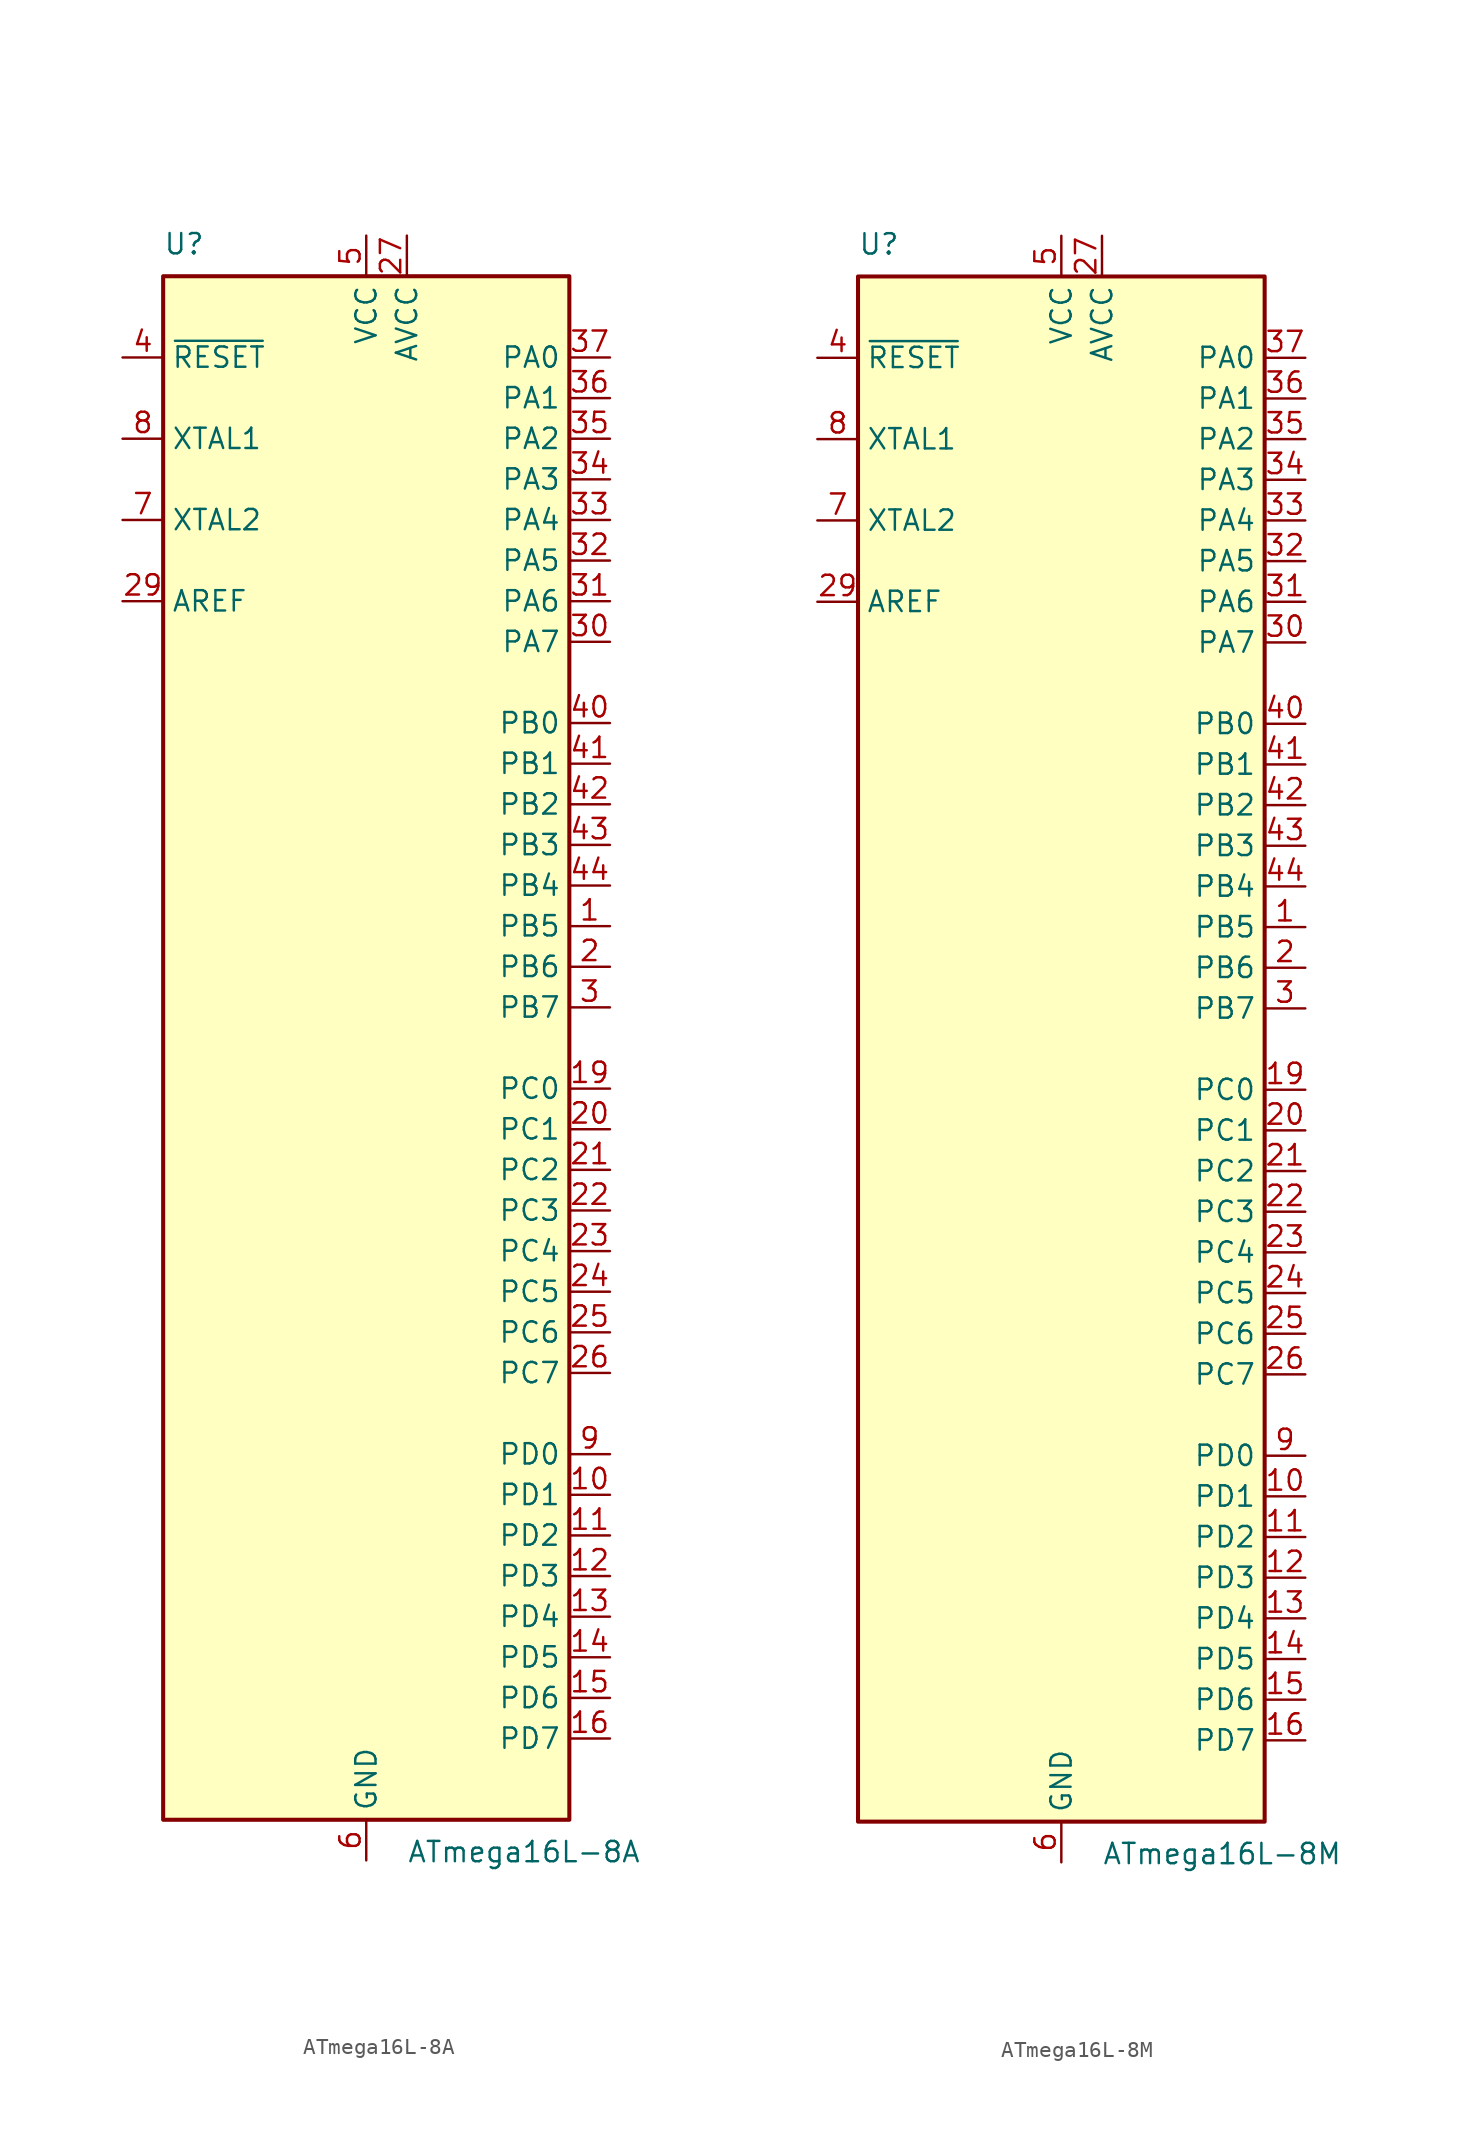
<source format=kicad_sym>
(kicad_symbol_lib
  (version 20241209)
  (generator "kicad_symbol_editor")
  (generator_version "9.0")
  (symbol "ATmega16L-8A"
    (property "Reference" "U"
      (at -12.7 49.53 0)
      (effects (font (size 1.27 1.27)) (justify left bottom)))
    (property "Value" "ATmega16L-8A"
      (at 2.54 -49.53 0)
      (effects (font (size 1.27 1.27)) (justify left top)))
    (symbol "ATmega16L-8A_0_1"
      (rectangle (start -12.7 -48.26) (end 12.7 48.26) (stroke (width 0.254) (type default)) (fill (type background))))
    (symbol "ATmega16L-8A_1_1"
      (pin input line (at -15.24 43.18 0) (length 2.54) (name "~{RESET}" (effects (font (size 1.27 1.27)))) (number "4" (effects (font (size 1.27 1.27)))))
      (pin input line (at -15.24 38.1 0) (length 2.54) (name "XTAL1" (effects (font (size 1.27 1.27)))) (number "8" (effects (font (size 1.27 1.27)))))
      (pin output line (at -15.24 33.02 0) (length 2.54) (name "XTAL2" (effects (font (size 1.27 1.27)))) (number "7" (effects (font (size 1.27 1.27)))))
      (pin passive line (at -15.24 27.94 0) (length 2.54) (name "AREF" (effects (font (size 1.27 1.27)))) (number "29" (effects (font (size 1.27 1.27)))))
      (pin passive line (at 0 50.8 270) (length 2.54) (hide yes) (name "VCC" (effects (font (size 1.27 1.27)))) (number "17" (effects (font (size 1.27 1.27)))))
      (pin passive line (at 0 50.8 270) (length 2.54) (hide yes) (name "VCC" (effects (font (size 1.27 1.27)))) (number "38" (effects (font (size 1.27 1.27)))))
      (pin power_in line (at 0 50.8 270) (length 2.54) (name "VCC" (effects (font (size 1.27 1.27)))) (number "5" (effects (font (size 1.27 1.27)))))
      (pin passive line (at 0 -50.8 90) (length 2.54) (hide yes) (name "GND" (effects (font (size 1.27 1.27)))) (number "18" (effects (font (size 1.27 1.27)))))
      (pin passive line (at 0 -50.8 90) (length 2.54) (hide yes) (name "GND" (effects (font (size 1.27 1.27)))) (number "28" (effects (font (size 1.27 1.27)))))
      (pin passive line (at 0 -50.8 90) (length 2.54) (hide yes) (name "GND" (effects (font (size 1.27 1.27)))) (number "39" (effects (font (size 1.27 1.27)))))
      (pin power_in line (at 0 -50.8 90) (length 2.54) (name "GND" (effects (font (size 1.27 1.27)))) (number "6" (effects (font (size 1.27 1.27)))))
      (pin power_in line (at 2.54 50.8 270) (length 2.54) (name "AVCC" (effects (font (size 1.27 1.27)))) (number "27" (effects (font (size 1.27 1.27)))))
      (pin bidirectional line (at 15.24 43.18 180) (length 2.54) (name "PA0" (effects (font (size 1.27 1.27)))) (number "37" (effects (font (size 1.27 1.27)))))
      (pin bidirectional line (at 15.24 40.64 180) (length 2.54) (name "PA1" (effects (font (size 1.27 1.27)))) (number "36" (effects (font (size 1.27 1.27)))))
      (pin bidirectional line (at 15.24 38.1 180) (length 2.54) (name "PA2" (effects (font (size 1.27 1.27)))) (number "35" (effects (font (size 1.27 1.27)))))
      (pin bidirectional line (at 15.24 35.56 180) (length 2.54) (name "PA3" (effects (font (size 1.27 1.27)))) (number "34" (effects (font (size 1.27 1.27)))))
      (pin bidirectional line (at 15.24 33.02 180) (length 2.54) (name "PA4" (effects (font (size 1.27 1.27)))) (number "33" (effects (font (size 1.27 1.27)))))
      (pin bidirectional line (at 15.24 30.48 180) (length 2.54) (name "PA5" (effects (font (size 1.27 1.27)))) (number "32" (effects (font (size 1.27 1.27)))))
      (pin bidirectional line (at 15.24 27.94 180) (length 2.54) (name "PA6" (effects (font (size 1.27 1.27)))) (number "31" (effects (font (size 1.27 1.27)))))
      (pin bidirectional line (at 15.24 25.4 180) (length 2.54) (name "PA7" (effects (font (size 1.27 1.27)))) (number "30" (effects (font (size 1.27 1.27)))))
      (pin bidirectional line (at 15.24 20.32 180) (length 2.54) (name "PB0" (effects (font (size 1.27 1.27)))) (number "40" (effects (font (size 1.27 1.27)))))
      (pin bidirectional line (at 15.24 17.78 180) (length 2.54) (name "PB1" (effects (font (size 1.27 1.27)))) (number "41" (effects (font (size 1.27 1.27)))))
      (pin bidirectional line (at 15.24 15.24 180) (length 2.54) (name "PB2" (effects (font (size 1.27 1.27)))) (number "42" (effects (font (size 1.27 1.27)))))
      (pin bidirectional line (at 15.24 12.7 180) (length 2.54) (name "PB3" (effects (font (size 1.27 1.27)))) (number "43" (effects (font (size 1.27 1.27)))))
      (pin bidirectional line (at 15.24 10.16 180) (length 2.54) (name "PB4" (effects (font (size 1.27 1.27)))) (number "44" (effects (font (size 1.27 1.27)))))
      (pin bidirectional line (at 15.24 7.62 180) (length 2.54) (name "PB5" (effects (font (size 1.27 1.27)))) (number "1" (effects (font (size 1.27 1.27)))))
      (pin bidirectional line (at 15.24 5.08 180) (length 2.54) (name "PB6" (effects (font (size 1.27 1.27)))) (number "2" (effects (font (size 1.27 1.27)))))
      (pin bidirectional line (at 15.24 2.54 180) (length 2.54) (name "PB7" (effects (font (size 1.27 1.27)))) (number "3" (effects (font (size 1.27 1.27)))))
      (pin bidirectional line (at 15.24 -2.54 180) (length 2.54) (name "PC0" (effects (font (size 1.27 1.27)))) (number "19" (effects (font (size 1.27 1.27)))))
      (pin bidirectional line (at 15.24 -5.08 180) (length 2.54) (name "PC1" (effects (font (size 1.27 1.27)))) (number "20" (effects (font (size 1.27 1.27)))))
      (pin bidirectional line (at 15.24 -7.62 180) (length 2.54) (name "PC2" (effects (font (size 1.27 1.27)))) (number "21" (effects (font (size 1.27 1.27)))))
      (pin bidirectional line (at 15.24 -10.16 180) (length 2.54) (name "PC3" (effects (font (size 1.27 1.27)))) (number "22" (effects (font (size 1.27 1.27)))))
      (pin bidirectional line (at 15.24 -12.7 180) (length 2.54) (name "PC4" (effects (font (size 1.27 1.27)))) (number "23" (effects (font (size 1.27 1.27)))))
      (pin bidirectional line (at 15.24 -15.24 180) (length 2.54) (name "PC5" (effects (font (size 1.27 1.27)))) (number "24" (effects (font (size 1.27 1.27)))))
      (pin bidirectional line (at 15.24 -17.78 180) (length 2.54) (name "PC6" (effects (font (size 1.27 1.27)))) (number "25" (effects (font (size 1.27 1.27)))))
      (pin bidirectional line (at 15.24 -20.32 180) (length 2.54) (name "PC7" (effects (font (size 1.27 1.27)))) (number "26" (effects (font (size 1.27 1.27)))))
      (pin bidirectional line (at 15.24 -25.4 180) (length 2.54) (name "PD0" (effects (font (size 1.27 1.27)))) (number "9" (effects (font (size 1.27 1.27)))))
      (pin bidirectional line (at 15.24 -27.94 180) (length 2.54) (name "PD1" (effects (font (size 1.27 1.27)))) (number "10" (effects (font (size 1.27 1.27)))))
      (pin bidirectional line (at 15.24 -30.48 180) (length 2.54) (name "PD2" (effects (font (size 1.27 1.27)))) (number "11" (effects (font (size 1.27 1.27)))))
      (pin bidirectional line (at 15.24 -33.02 180) (length 2.54) (name "PD3" (effects (font (size 1.27 1.27)))) (number "12" (effects (font (size 1.27 1.27)))))
      (pin bidirectional line (at 15.24 -35.56 180) (length 2.54) (name "PD4" (effects (font (size 1.27 1.27)))) (number "13" (effects (font (size 1.27 1.27)))))
      (pin bidirectional line (at 15.24 -38.1 180) (length 2.54) (name "PD5" (effects (font (size 1.27 1.27)))) (number "14" (effects (font (size 1.27 1.27)))))
      (pin bidirectional line (at 15.24 -40.64 180) (length 2.54) (name "PD6" (effects (font (size 1.27 1.27)))) (number "15" (effects (font (size 1.27 1.27)))))
      (pin bidirectional line (at 15.24 -43.18 180) (length 2.54) (name "PD7" (effects (font (size 1.27 1.27)))) (number "16" (effects (font (size 1.27 1.27)))))))
  (symbol "ATmega16L-8M"
    (property "Reference" "U"
      (at -12.7 49.53 0)
      (effects (font (size 1.27 1.27)) (justify left bottom)))
    (property "Value" "ATmega16L-8M"
      (at 2.54 -49.53 0)
      (effects (font (size 1.27 1.27)) (justify left top)))
    (symbol "ATmega16L-8M_0_1"
      (rectangle (start -12.7 -48.26) (end 12.7 48.26) (stroke (width 0.254) (type default)) (fill (type background))))
    (symbol "ATmega16L-8M_1_1"
      (pin input line (at -15.24 43.18 0) (length 2.54) (name "~{RESET}" (effects (font (size 1.27 1.27)))) (number "4" (effects (font (size 1.27 1.27)))))
      (pin input line (at -15.24 38.1 0) (length 2.54) (name "XTAL1" (effects (font (size 1.27 1.27)))) (number "8" (effects (font (size 1.27 1.27)))))
      (pin output line (at -15.24 33.02 0) (length 2.54) (name "XTAL2" (effects (font (size 1.27 1.27)))) (number "7" (effects (font (size 1.27 1.27)))))
      (pin passive line (at -15.24 27.94 0) (length 2.54) (name "AREF" (effects (font (size 1.27 1.27)))) (number "29" (effects (font (size 1.27 1.27)))))
      (pin passive line (at 0 50.8 270) (length 2.54) (hide yes) (name "VCC" (effects (font (size 1.27 1.27)))) (number "17" (effects (font (size 1.27 1.27)))))
      (pin passive line (at 0 50.8 270) (length 2.54) (hide yes) (name "VCC" (effects (font (size 1.27 1.27)))) (number "38" (effects (font (size 1.27 1.27)))))
      (pin power_in line (at 0 50.8 270) (length 2.54) (name "VCC" (effects (font (size 1.27 1.27)))) (number "5" (effects (font (size 1.27 1.27)))))
      (pin passive line (at 0 -50.8 90) (length 2.54) (hide yes) (name "GND" (effects (font (size 1.27 1.27)))) (number "18" (effects (font (size 1.27 1.27)))))
      (pin passive line (at 0 -50.8 90) (length 2.54) (hide yes) (name "GND" (effects (font (size 1.27 1.27)))) (number "28" (effects (font (size 1.27 1.27)))))
      (pin passive line (at 0 -50.8 90) (length 2.54) (hide yes) (name "GND" (effects (font (size 1.27 1.27)))) (number "39" (effects (font (size 1.27 1.27)))))
      (pin passive line (at 0 -50.8 90) (length 2.54) (hide yes) (name "GND" (effects (font (size 1.27 1.27)))) (number "45" (effects (font (size 1.27 1.27)))))
      (pin power_in line (at 0 -50.8 90) (length 2.54) (name "GND" (effects (font (size 1.27 1.27)))) (number "6" (effects (font (size 1.27 1.27)))))
      (pin power_in line (at 2.54 50.8 270) (length 2.54) (name "AVCC" (effects (font (size 1.27 1.27)))) (number "27" (effects (font (size 1.27 1.27)))))
      (pin bidirectional line (at 15.24 43.18 180) (length 2.54) (name "PA0" (effects (font (size 1.27 1.27)))) (number "37" (effects (font (size 1.27 1.27)))))
      (pin bidirectional line (at 15.24 40.64 180) (length 2.54) (name "PA1" (effects (font (size 1.27 1.27)))) (number "36" (effects (font (size 1.27 1.27)))))
      (pin bidirectional line (at 15.24 38.1 180) (length 2.54) (name "PA2" (effects (font (size 1.27 1.27)))) (number "35" (effects (font (size 1.27 1.27)))))
      (pin bidirectional line (at 15.24 35.56 180) (length 2.54) (name "PA3" (effects (font (size 1.27 1.27)))) (number "34" (effects (font (size 1.27 1.27)))))
      (pin bidirectional line (at 15.24 33.02 180) (length 2.54) (name "PA4" (effects (font (size 1.27 1.27)))) (number "33" (effects (font (size 1.27 1.27)))))
      (pin bidirectional line (at 15.24 30.48 180) (length 2.54) (name "PA5" (effects (font (size 1.27 1.27)))) (number "32" (effects (font (size 1.27 1.27)))))
      (pin bidirectional line (at 15.24 27.94 180) (length 2.54) (name "PA6" (effects (font (size 1.27 1.27)))) (number "31" (effects (font (size 1.27 1.27)))))
      (pin bidirectional line (at 15.24 25.4 180) (length 2.54) (name "PA7" (effects (font (size 1.27 1.27)))) (number "30" (effects (font (size 1.27 1.27)))))
      (pin bidirectional line (at 15.24 20.32 180) (length 2.54) (name "PB0" (effects (font (size 1.27 1.27)))) (number "40" (effects (font (size 1.27 1.27)))))
      (pin bidirectional line (at 15.24 17.78 180) (length 2.54) (name "PB1" (effects (font (size 1.27 1.27)))) (number "41" (effects (font (size 1.27 1.27)))))
      (pin bidirectional line (at 15.24 15.24 180) (length 2.54) (name "PB2" (effects (font (size 1.27 1.27)))) (number "42" (effects (font (size 1.27 1.27)))))
      (pin bidirectional line (at 15.24 12.7 180) (length 2.54) (name "PB3" (effects (font (size 1.27 1.27)))) (number "43" (effects (font (size 1.27 1.27)))))
      (pin bidirectional line (at 15.24 10.16 180) (length 2.54) (name "PB4" (effects (font (size 1.27 1.27)))) (number "44" (effects (font (size 1.27 1.27)))))
      (pin bidirectional line (at 15.24 7.62 180) (length 2.54) (name "PB5" (effects (font (size 1.27 1.27)))) (number "1" (effects (font (size 1.27 1.27)))))
      (pin bidirectional line (at 15.24 5.08 180) (length 2.54) (name "PB6" (effects (font (size 1.27 1.27)))) (number "2" (effects (font (size 1.27 1.27)))))
      (pin bidirectional line (at 15.24 2.54 180) (length 2.54) (name "PB7" (effects (font (size 1.27 1.27)))) (number "3" (effects (font (size 1.27 1.27)))))
      (pin bidirectional line (at 15.24 -2.54 180) (length 2.54) (name "PC0" (effects (font (size 1.27 1.27)))) (number "19" (effects (font (size 1.27 1.27)))))
      (pin bidirectional line (at 15.24 -5.08 180) (length 2.54) (name "PC1" (effects (font (size 1.27 1.27)))) (number "20" (effects (font (size 1.27 1.27)))))
      (pin bidirectional line (at 15.24 -7.62 180) (length 2.54) (name "PC2" (effects (font (size 1.27 1.27)))) (number "21" (effects (font (size 1.27 1.27)))))
      (pin bidirectional line (at 15.24 -10.16 180) (length 2.54) (name "PC3" (effects (font (size 1.27 1.27)))) (number "22" (effects (font (size 1.27 1.27)))))
      (pin bidirectional line (at 15.24 -12.7 180) (length 2.54) (name "PC4" (effects (font (size 1.27 1.27)))) (number "23" (effects (font (size 1.27 1.27)))))
      (pin bidirectional line (at 15.24 -15.24 180) (length 2.54) (name "PC5" (effects (font (size 1.27 1.27)))) (number "24" (effects (font (size 1.27 1.27)))))
      (pin bidirectional line (at 15.24 -17.78 180) (length 2.54) (name "PC6" (effects (font (size 1.27 1.27)))) (number "25" (effects (font (size 1.27 1.27)))))
      (pin bidirectional line (at 15.24 -20.32 180) (length 2.54) (name "PC7" (effects (font (size 1.27 1.27)))) (number "26" (effects (font (size 1.27 1.27)))))
      (pin bidirectional line (at 15.24 -25.4 180) (length 2.54) (name "PD0" (effects (font (size 1.27 1.27)))) (number "9" (effects (font (size 1.27 1.27)))))
      (pin bidirectional line (at 15.24 -27.94 180) (length 2.54) (name "PD1" (effects (font (size 1.27 1.27)))) (number "10" (effects (font (size 1.27 1.27)))))
      (pin bidirectional line (at 15.24 -30.48 180) (length 2.54) (name "PD2" (effects (font (size 1.27 1.27)))) (number "11" (effects (font (size 1.27 1.27)))))
      (pin bidirectional line (at 15.24 -33.02 180) (length 2.54) (name "PD3" (effects (font (size 1.27 1.27)))) (number "12" (effects (font (size 1.27 1.27)))))
      (pin bidirectional line (at 15.24 -35.56 180) (length 2.54) (name "PD4" (effects (font (size 1.27 1.27)))) (number "13" (effects (font (size 1.27 1.27)))))
      (pin bidirectional line (at 15.24 -38.1 180) (length 2.54) (name "PD5" (effects (font (size 1.27 1.27)))) (number "14" (effects (font (size 1.27 1.27)))))
      (pin bidirectional line (at 15.24 -40.64 180) (length 2.54) (name "PD6" (effects (font (size 1.27 1.27)))) (number "15" (effects (font (size 1.27 1.27)))))
      (pin bidirectional line (at 15.24 -43.18 180) (length 2.54) (name "PD7" (effects (font (size 1.27 1.27)))) (number "16" (effects (font (size 1.27 1.27))))))))
</source>
